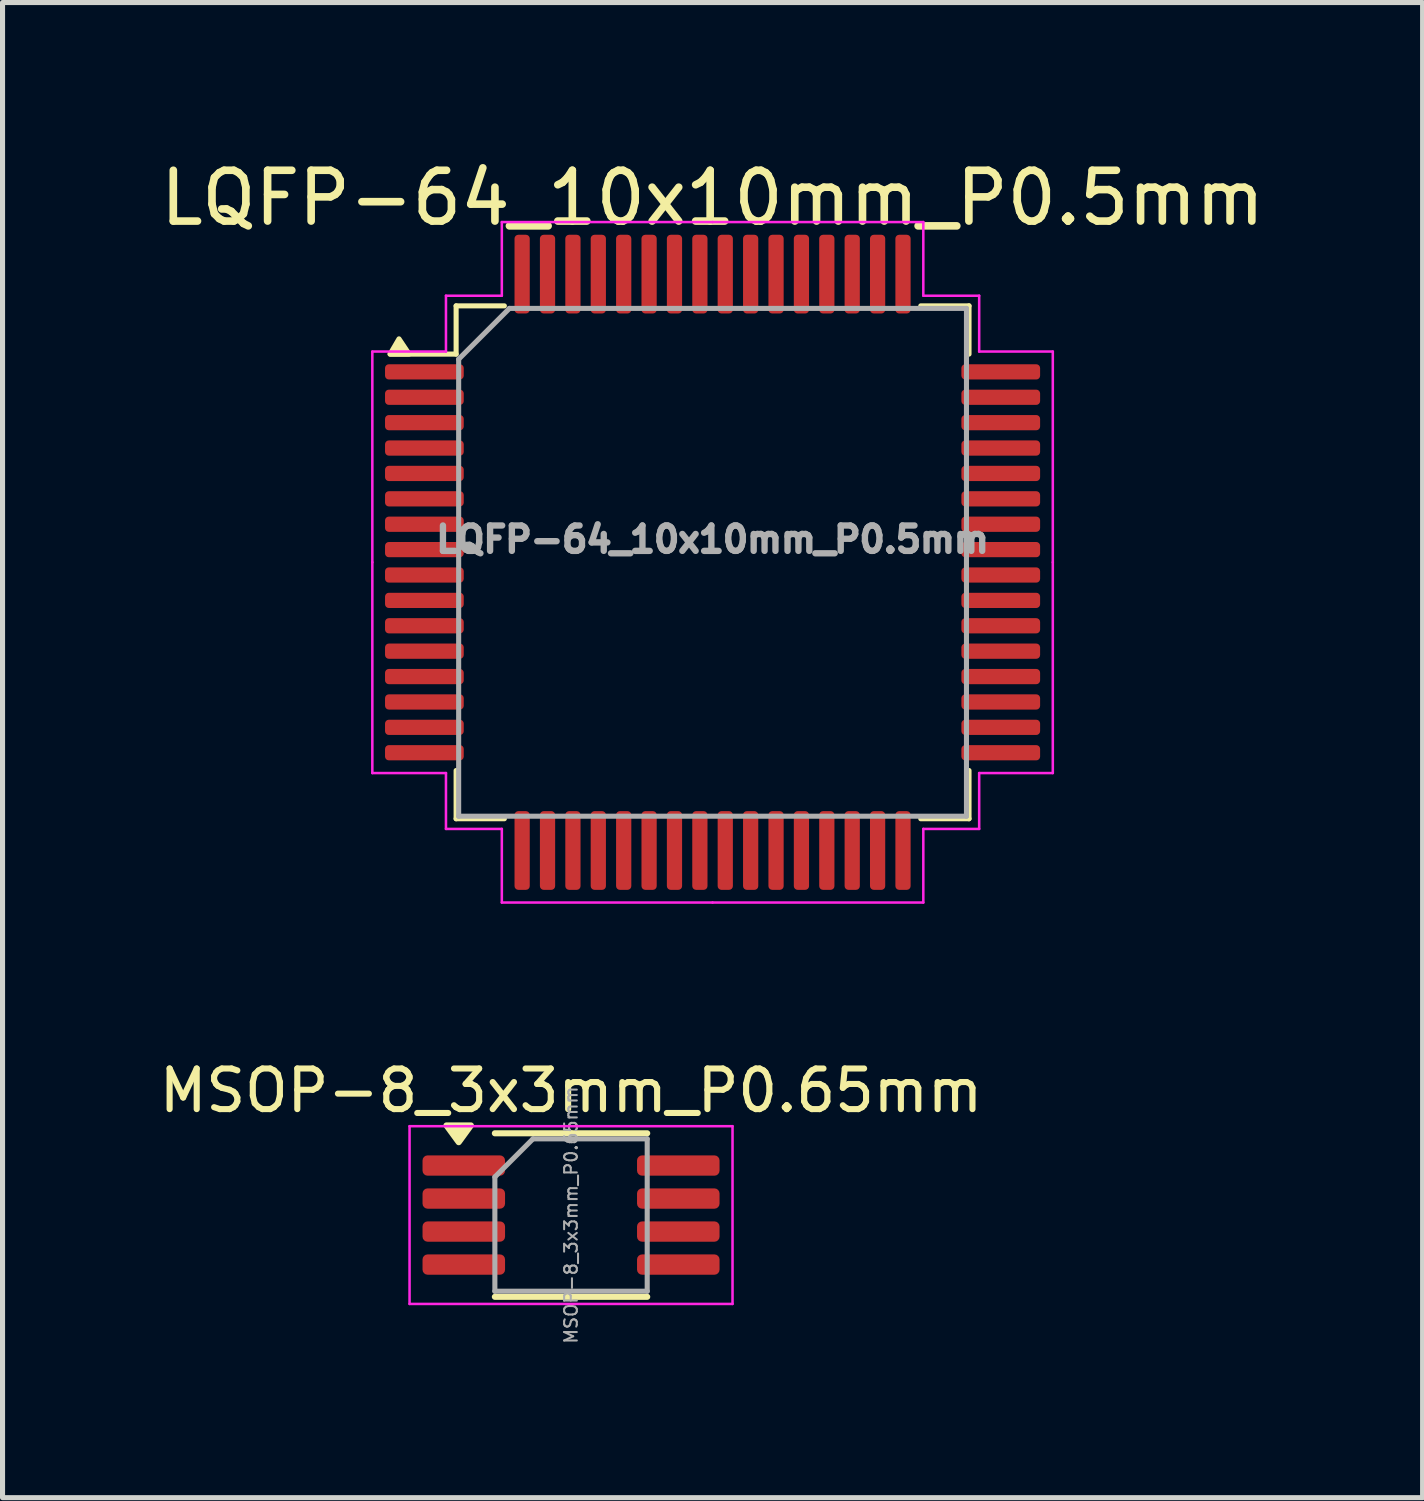
<source format=kicad_pcb>
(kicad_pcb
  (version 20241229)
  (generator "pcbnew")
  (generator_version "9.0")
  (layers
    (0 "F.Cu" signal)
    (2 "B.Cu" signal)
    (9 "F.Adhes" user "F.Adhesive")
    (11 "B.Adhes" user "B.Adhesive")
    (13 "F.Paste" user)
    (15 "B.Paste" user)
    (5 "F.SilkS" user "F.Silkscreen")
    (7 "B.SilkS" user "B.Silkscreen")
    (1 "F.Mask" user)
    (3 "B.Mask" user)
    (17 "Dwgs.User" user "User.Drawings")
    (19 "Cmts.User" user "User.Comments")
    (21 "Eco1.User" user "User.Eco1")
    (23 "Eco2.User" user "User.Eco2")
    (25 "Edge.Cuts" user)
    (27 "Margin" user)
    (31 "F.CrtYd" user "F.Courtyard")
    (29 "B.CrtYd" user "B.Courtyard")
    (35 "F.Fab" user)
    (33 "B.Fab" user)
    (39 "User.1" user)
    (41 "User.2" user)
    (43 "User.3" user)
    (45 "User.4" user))
  (footprint "LQFP-64_10x10mm_P0.5mm"
    (layer "F.Cu")
    (at 10.982 8.023)
    (property "Reference" "LQFP-64_10x10mm_P0.5mm" (at 0 -7.175 0) (layer "F.SilkS") (effects (font (size 1 1) (thickness 0.15))))
    (attr smd)
    (fp_line (start -5.05 -5.05) (end -5.05 -4.1) (stroke (width 0.1) (type solid)) (layer "F.SilkS"))
    (fp_line (start -5.05 -4.1) (end -6.35 -4.1) (stroke (width 0.1) (type solid)) (layer "F.SilkS"))
    (fp_line (start -5.05 5.05) (end -5.05 4.1) (stroke (width 0.1) (type solid)) (layer "F.SilkS"))
    (fp_line (start -4.1 -5.05) (end -5.05 -5.05) (stroke (width 0.1) (type solid)) (layer "F.SilkS"))
    (fp_line (start -4.1 5.05) (end -5.05 5.05) (stroke (width 0.1) (type solid)) (layer "F.SilkS"))
    (fp_line (start 4.1 -5.05) (end 5.05 -5.05) (stroke (width 0.1) (type solid)) (layer "F.SilkS"))
    (fp_line (start 4.1 5.05) (end 5.05 5.05) (stroke (width 0.1) (type solid)) (layer "F.SilkS"))
    (fp_line (start 5.05 -5.05) (end 5.05 -4.1) (stroke (width 0.1) (type solid)) (layer "F.SilkS"))
    (fp_line (start 5.05 5.05) (end 5.05 4.1) (stroke (width 0.1) (type solid)) (layer "F.SilkS"))
    (fp_poly (pts (xy -6.35 -4.1) (xy -6.175 -4.4) (xy -5.975 -4.1)) (stroke (width 0.1) (type solid)) (fill yes) (layer "F.SilkS"))
    (fp_line (start -6.7 -4.15) (end -6.7 0) (stroke (width 0.05) (type solid)) (layer "F.CrtYd"))
    (fp_line (start -6.7 4.15) (end -6.7 0) (stroke (width 0.05) (type solid)) (layer "F.CrtYd"))
    (fp_line (start -5.25 -5.25) (end -5.25 -4.15) (stroke (width 0.05) (type solid)) (layer "F.CrtYd"))
    (fp_line (start -5.25 -4.15) (end -6.7 -4.15) (stroke (width 0.05) (type solid)) (layer "F.CrtYd"))
    (fp_line (start -5.25 4.15) (end -6.7 4.15) (stroke (width 0.05) (type solid)) (layer "F.CrtYd"))
    (fp_line (start -5.25 5.25) (end -5.25 4.15) (stroke (width 0.05) (type solid)) (layer "F.CrtYd"))
    (fp_line (start -4.15 -6.7) (end -4.15 -5.25) (stroke (width 0.05) (type solid)) (layer "F.CrtYd"))
    (fp_line (start -4.15 -5.25) (end -5.25 -5.25) (stroke (width 0.05) (type solid)) (layer "F.CrtYd"))
    (fp_line (start -4.15 5.25) (end -5.25 5.25) (stroke (width 0.05) (type solid)) (layer "F.CrtYd"))
    (fp_line (start -4.15 6.7) (end -4.15 5.25) (stroke (width 0.05) (type solid)) (layer "F.CrtYd"))
    (fp_line (start 0 -6.7) (end -4.15 -6.7) (stroke (width 0.05) (type solid)) (layer "F.CrtYd"))
    (fp_line (start 0 -6.7) (end 4.15 -6.7) (stroke (width 0.05) (type solid)) (layer "F.CrtYd"))
    (fp_line (start 0 6.7) (end -4.15 6.7) (stroke (width 0.05) (type solid)) (layer "F.CrtYd"))
    (fp_line (start 0 6.7) (end 4.15 6.7) (stroke (width 0.05) (type solid)) (layer "F.CrtYd"))
    (fp_line (start 4.15 -6.7) (end 4.15 -5.25) (stroke (width 0.05) (type solid)) (layer "F.CrtYd"))
    (fp_line (start 4.15 -5.25) (end 5.25 -5.25) (stroke (width 0.05) (type solid)) (layer "F.CrtYd"))
    (fp_line (start 4.15 5.25) (end 5.25 5.25) (stroke (width 0.05) (type solid)) (layer "F.CrtYd"))
    (fp_line (start 4.15 6.7) (end 4.15 5.25) (stroke (width 0.05) (type solid)) (layer "F.CrtYd"))
    (fp_line (start 5.25 -5.25) (end 5.25 -4.15) (stroke (width 0.05) (type solid)) (layer "F.CrtYd"))
    (fp_line (start 5.25 -4.15) (end 6.7 -4.15) (stroke (width 0.05) (type solid)) (layer "F.CrtYd"))
    (fp_line (start 5.25 4.15) (end 6.7 4.15) (stroke (width 0.05) (type solid)) (layer "F.CrtYd"))
    (fp_line (start 5.25 5.25) (end 5.25 4.15) (stroke (width 0.05) (type solid)) (layer "F.CrtYd"))
    (fp_line (start 6.7 -4.15) (end 6.7 0) (stroke (width 0.05) (type solid)) (layer "F.CrtYd"))
    (fp_line (start 6.7 4.15) (end 6.7 0) (stroke (width 0.05) (type solid)) (layer "F.CrtYd"))
    (fp_line (start -5 -4) (end -4 -5) (stroke (width 0.1) (type solid)) (layer "F.Fab"))
    (fp_line (start -5 5) (end -5 -4) (stroke (width 0.1) (type solid)) (layer "F.Fab"))
    (fp_line (start -4 -5) (end 5 -5) (stroke (width 0.1) (type solid)) (layer "F.Fab"))
    (fp_line (start 5 -5) (end 5 5) (stroke (width 0.1) (type solid)) (layer "F.Fab"))
    (fp_line (start 5 5) (end -5 5) (stroke (width 0.1) (type solid)) (layer "F.Fab"))
    (fp_text user "${REFERENCE}" (at 0 -0.45 0) (layer "F.Fab") (effects (font (size 0.5 0.5) (thickness 0.125))))
    (pad "1" smd roundrect (at -5.675 -3.75) (size 1.55 0.3) (layers "F.Cu" "F.Mask" "F.Paste") (roundrect_rratio 0.25))
    (pad "2" smd roundrect (at -5.675 -3.25) (size 1.55 0.3) (layers "F.Cu" "F.Mask" "F.Paste") (roundrect_rratio 0.25))
    (pad "3" smd roundrect (at -5.675 -2.75) (size 1.55 0.3) (layers "F.Cu" "F.Mask" "F.Paste") (roundrect_rratio 0.25))
    (pad "4" smd roundrect (at -5.675 -2.25) (size 1.55 0.3) (layers "F.Cu" "F.Mask" "F.Paste") (roundrect_rratio 0.25))
    (pad "5" smd roundrect (at -5.675 -1.75) (size 1.55 0.3) (layers "F.Cu" "F.Mask" "F.Paste") (roundrect_rratio 0.25))
    (pad "6" smd roundrect (at -5.675 -1.25) (size 1.55 0.3) (layers "F.Cu" "F.Mask" "F.Paste") (roundrect_rratio 0.25))
    (pad "7" smd roundrect (at -5.675 -0.75) (size 1.55 0.3) (layers "F.Cu" "F.Mask" "F.Paste") (roundrect_rratio 0.25))
    (pad "8" smd roundrect (at -5.675 -0.25) (size 1.55 0.3) (layers "F.Cu" "F.Mask" "F.Paste") (roundrect_rratio 0.25))
    (pad "9" smd roundrect (at -5.675 0.25) (size 1.55 0.3) (layers "F.Cu" "F.Mask" "F.Paste") (roundrect_rratio 0.25))
    (pad "10" smd roundrect (at -5.675 0.75) (size 1.55 0.3) (layers "F.Cu" "F.Mask" "F.Paste") (roundrect_rratio 0.25))
    (pad "11" smd roundrect (at -5.675 1.25) (size 1.55 0.3) (layers "F.Cu" "F.Mask" "F.Paste") (roundrect_rratio 0.25))
    (pad "12" smd roundrect (at -5.675 1.75) (size 1.55 0.3) (layers "F.Cu" "F.Mask" "F.Paste") (roundrect_rratio 0.25))
    (pad "13" smd roundrect (at -5.675 2.25) (size 1.55 0.3) (layers "F.Cu" "F.Mask" "F.Paste") (roundrect_rratio 0.25))
    (pad "14" smd roundrect (at -5.675 2.75) (size 1.55 0.3) (layers "F.Cu" "F.Mask" "F.Paste") (roundrect_rratio 0.25))
    (pad "15" smd roundrect (at -5.675 3.25) (size 1.55 0.3) (layers "F.Cu" "F.Mask" "F.Paste") (roundrect_rratio 0.25))
    (pad "16" smd roundrect (at -5.675 3.75) (size 1.55 0.3) (layers "F.Cu" "F.Mask" "F.Paste") (roundrect_rratio 0.25))
    (pad "17" smd roundrect (at -3.75 5.675) (size 0.3 1.55) (layers "F.Cu" "F.Mask" "F.Paste") (roundrect_rratio 0.25))
    (pad "18" smd roundrect (at -3.25 5.675) (size 0.3 1.55) (layers "F.Cu" "F.Mask" "F.Paste") (roundrect_rratio 0.25))
    (pad "19" smd roundrect (at -2.75 5.675) (size 0.3 1.55) (layers "F.Cu" "F.Mask" "F.Paste") (roundrect_rratio 0.25))
    (pad "20" smd roundrect (at -2.25 5.675) (size 0.3 1.55) (layers "F.Cu" "F.Mask" "F.Paste") (roundrect_rratio 0.25))
    (pad "21" smd roundrect (at -1.75 5.675) (size 0.3 1.55) (layers "F.Cu" "F.Mask" "F.Paste") (roundrect_rratio 0.25))
    (pad "22" smd roundrect (at -1.25 5.675) (size 0.3 1.55) (layers "F.Cu" "F.Mask" "F.Paste") (roundrect_rratio 0.25))
    (pad "23" smd roundrect (at -0.75 5.675) (size 0.3 1.55) (layers "F.Cu" "F.Mask" "F.Paste") (roundrect_rratio 0.25))
    (pad "24" smd roundrect (at -0.25 5.675) (size 0.3 1.55) (layers "F.Cu" "F.Mask" "F.Paste") (roundrect_rratio 0.25))
    (pad "25" smd roundrect (at 0.25 5.675) (size 0.3 1.55) (layers "F.Cu" "F.Mask" "F.Paste") (roundrect_rratio 0.25))
    (pad "26" smd roundrect (at 0.75 5.675) (size 0.3 1.55) (layers "F.Cu" "F.Mask" "F.Paste") (roundrect_rratio 0.25))
    (pad "27" smd roundrect (at 1.25 5.675) (size 0.3 1.55) (layers "F.Cu" "F.Mask" "F.Paste") (roundrect_rratio 0.25))
    (pad "28" smd roundrect (at 1.75 5.675) (size 0.3 1.55) (layers "F.Cu" "F.Mask" "F.Paste") (roundrect_rratio 0.25))
    (pad "29" smd roundrect (at 2.25 5.675) (size 0.3 1.55) (layers "F.Cu" "F.Mask" "F.Paste") (roundrect_rratio 0.25))
    (pad "30" smd roundrect (at 2.75 5.675) (size 0.3 1.55) (layers "F.Cu" "F.Mask" "F.Paste") (roundrect_rratio 0.25))
    (pad "31" smd roundrect (at 3.25 5.675) (size 0.3 1.55) (layers "F.Cu" "F.Mask" "F.Paste") (roundrect_rratio 0.25))
    (pad "32" smd roundrect (at 3.75 5.675) (size 0.3 1.55) (layers "F.Cu" "F.Mask" "F.Paste") (roundrect_rratio 0.25))
    (pad "33" smd roundrect (at 5.675 3.75) (size 1.55 0.3) (layers "F.Cu" "F.Mask" "F.Paste") (roundrect_rratio 0.25))
    (pad "34" smd roundrect (at 5.675 3.25) (size 1.55 0.3) (layers "F.Cu" "F.Mask" "F.Paste") (roundrect_rratio 0.25))
    (pad "35" smd roundrect (at 5.675 2.75) (size 1.55 0.3) (layers "F.Cu" "F.Mask" "F.Paste") (roundrect_rratio 0.25))
    (pad "36" smd roundrect (at 5.675 2.25) (size 1.55 0.3) (layers "F.Cu" "F.Mask" "F.Paste") (roundrect_rratio 0.25))
    (pad "37" smd roundrect (at 5.675 1.75) (size 1.55 0.3) (layers "F.Cu" "F.Mask" "F.Paste") (roundrect_rratio 0.25))
    (pad "38" smd roundrect (at 5.675 1.25) (size 1.55 0.3) (layers "F.Cu" "F.Mask" "F.Paste") (roundrect_rratio 0.25))
    (pad "39" smd roundrect (at 5.675 0.75) (size 1.55 0.3) (layers "F.Cu" "F.Mask" "F.Paste") (roundrect_rratio 0.25))
    (pad "40" smd roundrect (at 5.675 0.25) (size 1.55 0.3) (layers "F.Cu" "F.Mask" "F.Paste") (roundrect_rratio 0.25))
    (pad "41" smd roundrect (at 5.675 -0.25) (size 1.55 0.3) (layers "F.Cu" "F.Mask" "F.Paste") (roundrect_rratio 0.25))
    (pad "42" smd roundrect (at 5.675 -0.75) (size 1.55 0.3) (layers "F.Cu" "F.Mask" "F.Paste") (roundrect_rratio 0.25))
    (pad "43" smd roundrect (at 5.675 -1.25) (size 1.55 0.3) (layers "F.Cu" "F.Mask" "F.Paste") (roundrect_rratio 0.25))
    (pad "44" smd roundrect (at 5.675 -1.75) (size 1.55 0.3) (layers "F.Cu" "F.Mask" "F.Paste") (roundrect_rratio 0.25))
    (pad "45" smd roundrect (at 5.675 -2.25) (size 1.55 0.3) (layers "F.Cu" "F.Mask" "F.Paste") (roundrect_rratio 0.25))
    (pad "46" smd roundrect (at 5.675 -2.75) (size 1.55 0.3) (layers "F.Cu" "F.Mask" "F.Paste") (roundrect_rratio 0.25))
    (pad "47" smd roundrect (at 5.675 -3.25) (size 1.55 0.3) (layers "F.Cu" "F.Mask" "F.Paste") (roundrect_rratio 0.25))
    (pad "48" smd roundrect (at 5.675 -3.75) (size 1.55 0.3) (layers "F.Cu" "F.Mask" "F.Paste") (roundrect_rratio 0.25))
    (pad "49" smd roundrect (at 3.75 -5.675) (size 0.3 1.55) (layers "F.Cu" "F.Mask" "F.Paste") (roundrect_rratio 0.25))
    (pad "50" smd roundrect (at 3.25 -5.675) (size 0.3 1.55) (layers "F.Cu" "F.Mask" "F.Paste") (roundrect_rratio 0.25))
    (pad "51" smd roundrect (at 2.75 -5.675) (size 0.3 1.55) (layers "F.Cu" "F.Mask" "F.Paste") (roundrect_rratio 0.25))
    (pad "52" smd roundrect (at 2.25 -5.675) (size 0.3 1.55) (layers "F.Cu" "F.Mask" "F.Paste") (roundrect_rratio 0.25))
    (pad "53" smd roundrect (at 1.75 -5.675) (size 0.3 1.55) (layers "F.Cu" "F.Mask" "F.Paste") (roundrect_rratio 0.25))
    (pad "54" smd roundrect (at 1.25 -5.675) (size 0.3 1.55) (layers "F.Cu" "F.Mask" "F.Paste") (roundrect_rratio 0.25))
    (pad "55" smd roundrect (at 0.75 -5.675) (size 0.3 1.55) (layers "F.Cu" "F.Mask" "F.Paste") (roundrect_rratio 0.25))
    (pad "56" smd roundrect (at 0.25 -5.675) (size 0.3 1.55) (layers "F.Cu" "F.Mask" "F.Paste") (roundrect_rratio 0.25))
    (pad "57" smd roundrect (at -0.25 -5.675) (size 0.3 1.55) (layers "F.Cu" "F.Mask" "F.Paste") (roundrect_rratio 0.25))
    (pad "58" smd roundrect (at -0.75 -5.675) (size 0.3 1.55) (layers "F.Cu" "F.Mask" "F.Paste") (roundrect_rratio 0.25))
    (pad "59" smd roundrect (at -1.25 -5.675) (size 0.3 1.55) (layers "F.Cu" "F.Mask" "F.Paste") (roundrect_rratio 0.25))
    (pad "60" smd roundrect (at -1.75 -5.675) (size 0.3 1.55) (layers "F.Cu" "F.Mask" "F.Paste") (roundrect_rratio 0.25))
    (pad "61" smd roundrect (at -2.25 -5.675) (size 0.3 1.55) (layers "F.Cu" "F.Mask" "F.Paste") (roundrect_rratio 0.25))
    (pad "62" smd roundrect (at -2.75 -5.675) (size 0.3 1.55) (layers "F.Cu" "F.Mask" "F.Paste") (roundrect_rratio 0.25))
    (pad "63" smd roundrect (at -3.25 -5.675) (size 0.3 1.55) (layers "F.Cu" "F.Mask" "F.Paste") (roundrect_rratio 0.25))
    (pad "64" smd roundrect (at -3.75 -5.675) (size 0.3 1.55) (layers "F.Cu" "F.Mask" "F.Paste") (roundrect_rratio 0.25)))
  (footprint "MSOP-8_3x3mm_P0.65mm"
    (layer "F.Cu")
    (at 8.195 20.877)
    (property "Reference" "MSOP-8_3x3mm_P0.65mm" (at 0 -2.45 0) (layer "F.SilkS") (effects (font (size 0.8 0.8) (thickness 0.12))))
    (attr smd)
    (fp_line (start 0 -1.61) (end -1.5 -1.61) (stroke (width 0.12) (type solid)) (layer "F.SilkS"))
    (fp_line (start 0 -1.61) (end 1.5 -1.61) (stroke (width 0.12) (type solid)) (layer "F.SilkS"))
    (fp_line (start 0 1.61) (end -1.5 1.61) (stroke (width 0.12) (type solid)) (layer "F.SilkS"))
    (fp_line (start 0 1.61) (end 1.5 1.61) (stroke (width 0.12) (type solid)) (layer "F.SilkS"))
    (fp_poly (pts (xy -2.212 -1.435) (xy -2.453 -1.765) (xy -1.972 -1.765) (xy -2.212 -1.435)) (stroke (width 0.12) (type solid)) (fill yes) (layer "F.SilkS"))
    (fp_line (start -3.18 -1.75) (end -3.18 1.75) (stroke (width 0.05) (type solid)) (layer "F.CrtYd"))
    (fp_line (start -3.18 1.75) (end 3.18 1.75) (stroke (width 0.05) (type solid)) (layer "F.CrtYd"))
    (fp_line (start 3.18 -1.75) (end -3.18 -1.75) (stroke (width 0.05) (type solid)) (layer "F.CrtYd"))
    (fp_line (start 3.18 1.75) (end 3.18 -1.75) (stroke (width 0.05) (type solid)) (layer "F.CrtYd"))
    (fp_line (start -1.5 -0.75) (end -0.75 -1.5) (stroke (width 0.1) (type solid)) (layer "F.Fab"))
    (fp_line (start -1.5 1.5) (end -1.5 -0.75) (stroke (width 0.1) (type solid)) (layer "F.Fab"))
    (fp_line (start -0.75 -1.5) (end 1.5 -1.5) (stroke (width 0.1) (type solid)) (layer "F.Fab"))
    (fp_line (start 1.5 -1.5) (end 1.5 1.5) (stroke (width 0.1) (type solid)) (layer "F.Fab"))
    (fp_line (start 1.5 1.5) (end -1.5 1.5) (stroke (width 0.1) (type solid)) (layer "F.Fab"))
    (fp_text user "${REFERENCE}" (at 0 0 90) (layer "F.Fab") (effects (font (size 0.25 0.25) (thickness 0.04))))
    (pad "1" smd roundrect (at -2.112 -0.975) (size 1.625 0.4) (layers "F.Cu" "F.Mask" "F.Paste") (roundrect_rratio 0.25))
    (pad "2" smd roundrect (at -2.112 -0.325) (size 1.625 0.4) (layers "F.Cu" "F.Mask" "F.Paste") (roundrect_rratio 0.25))
    (pad "3" smd roundrect (at -2.112 0.325) (size 1.625 0.4) (layers "F.Cu" "F.Mask" "F.Paste") (roundrect_rratio 0.25))
    (pad "4" smd roundrect (at -2.112 0.975) (size 1.625 0.4) (layers "F.Cu" "F.Mask" "F.Paste") (roundrect_rratio 0.25))
    (pad "5" smd roundrect (at 2.112 0.975) (size 1.625 0.4) (layers "F.Cu" "F.Mask" "F.Paste") (roundrect_rratio 0.25))
    (pad "6" smd roundrect (at 2.112 0.325) (size 1.625 0.4) (layers "F.Cu" "F.Mask" "F.Paste") (roundrect_rratio 0.25))
    (pad "7" smd roundrect (at 2.112 -0.325) (size 1.625 0.4) (layers "F.Cu" "F.Mask" "F.Paste") (roundrect_rratio 0.25))
    (pad "8" smd roundrect (at 2.112 -0.975) (size 1.625 0.4) (layers "F.Cu" "F.Mask" "F.Paste") (roundrect_rratio 0.25)))
  (gr_rect
    (start -3 -3)
    (end 24.964 26.442)
    (stroke (width 0.1) (type default))
    (fill no)
    (layer "Edge.Cuts")))
</source>
